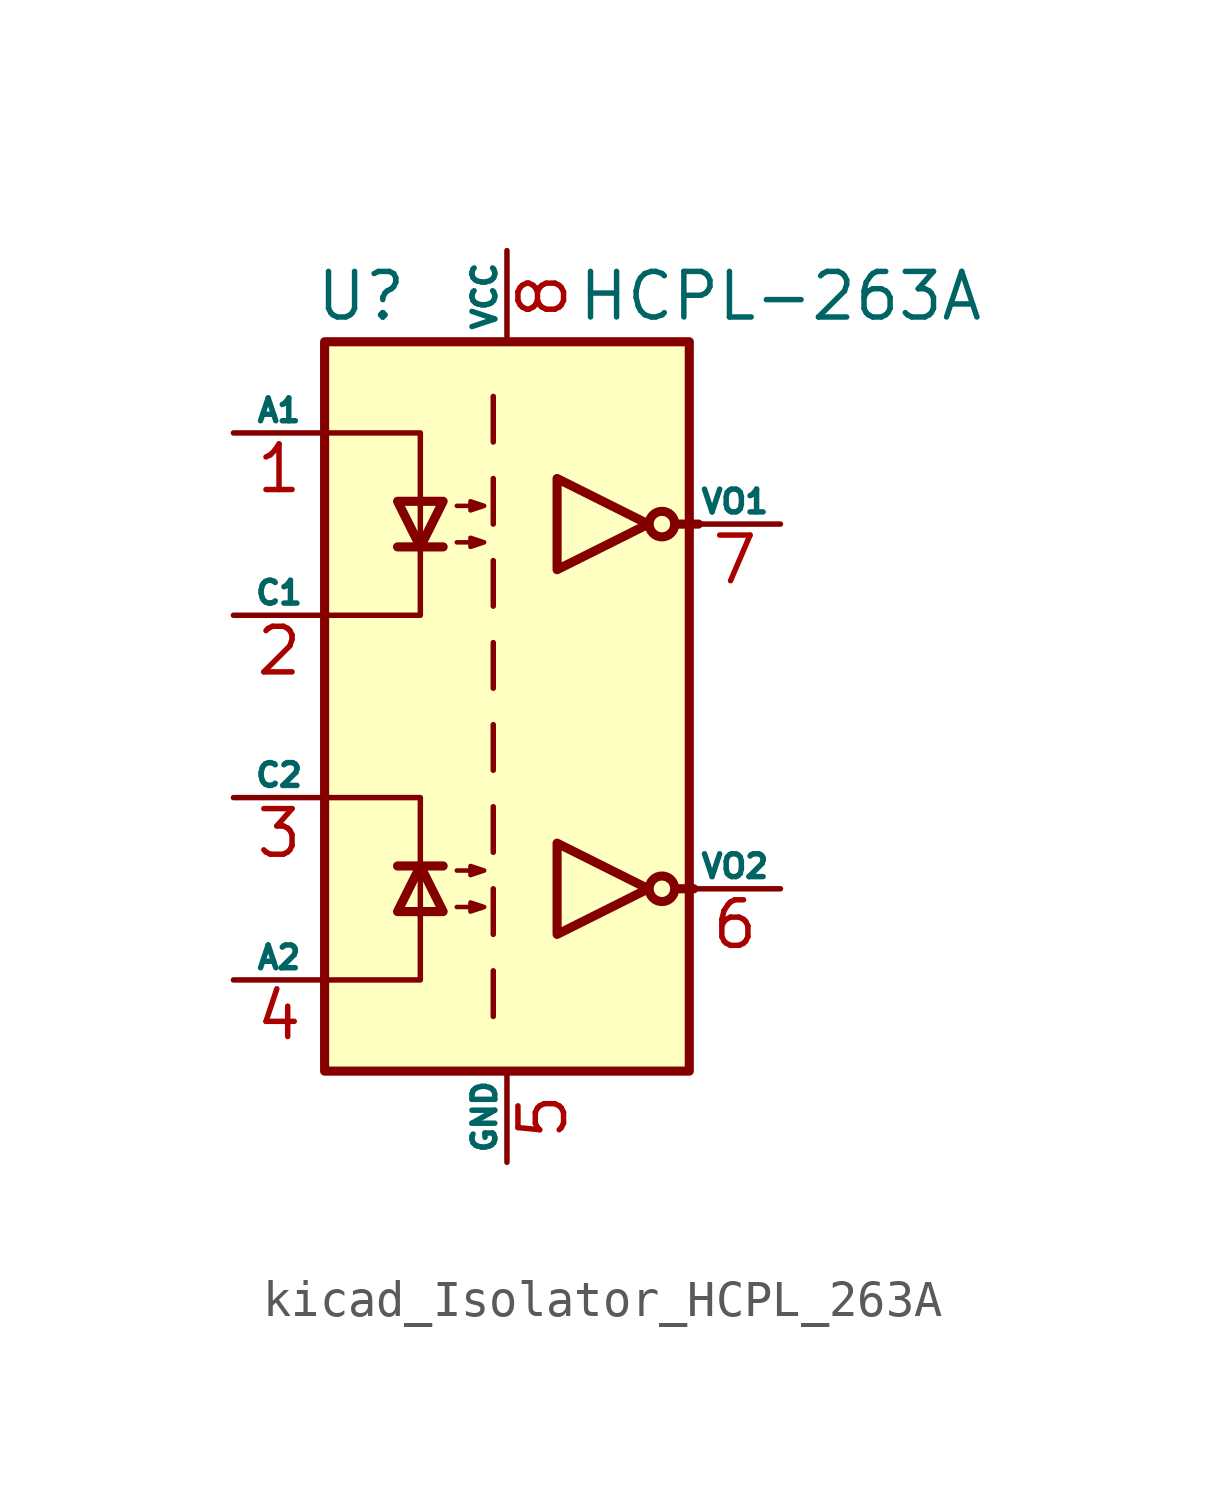
<source format=kicad_sym>
(kicad_symbol_lib
  (version 20220914)
  (generator kicad_symbol_editor)
  (symbol "kicad_Isolator_HCPL_263A"
    (pin_names
      (offset 0))
    (property "Reference" "U"
      (at -4.064 11.43 0)
      (effects (font (size 1.27 1.27))))
    (property "Value" "HCPL-263A"
      (at 7.62 11.43 0)
      (effects (font (size 1.27 1.27))))
    (symbol "kicad_Isolator_HCPL_263A_1_1"
      (rectangle (start -5.08 10.16) (end 5.08 -10.16) (stroke (width 0.254) (type default)) (fill (type background)))
      (polyline (pts (xy -3.048 -4.445) (xy -1.778 -4.445)) (stroke (width 0.254) (type default)) (fill (type none)))
      (polyline (pts (xy -3.048 4.445) (xy -1.778 4.445)) (stroke (width 0.254) (type default)) (fill (type none)))
      (polyline (pts (xy -0.381 -7.366) (xy -0.381 -8.636)) (stroke (width 0) (type default)) (fill (type none)))
      (polyline (pts (xy -0.381 -5.08) (xy -0.381 -6.35)) (stroke (width 0) (type default)) (fill (type none)))
      (polyline (pts (xy -0.381 -2.794) (xy -0.381 -4.064)) (stroke (width 0) (type default)) (fill (type none)))
      (polyline (pts (xy -0.381 -0.508) (xy -0.381 -1.778)) (stroke (width 0) (type default)) (fill (type none)))
      (polyline (pts (xy -0.381 1.778) (xy -0.381 0.508)) (stroke (width 0) (type default)) (fill (type none)))
      (polyline (pts (xy -0.381 4.064) (xy -0.381 2.794)) (stroke (width 0) (type default)) (fill (type none)))
      (polyline (pts (xy -0.381 6.35) (xy -0.381 5.08)) (stroke (width 0) (type default)) (fill (type none)))
      (polyline (pts (xy -0.381 8.636) (xy -0.381 7.366)) (stroke (width 0) (type default)) (fill (type none)))
      (polyline (pts (xy 4.699 -5.08) (xy 5.207 -5.08)) (stroke (width 0.254) (type default)) (fill (type none)))
      (polyline (pts (xy 4.699 5.08) (xy 5.334 5.08)) (stroke (width 0.254) (type default)) (fill (type none)))
      (polyline (pts (xy -4.953 -7.62) (xy -2.413 -7.62) (xy -2.413 -5.715)) (stroke (width 0) (type default)) (fill (type none)))
      (polyline (pts (xy -4.953 7.62) (xy -2.413 7.62) (xy -2.413 4.318)) (stroke (width 0) (type default)) (fill (type none)))
      (polyline (pts (xy -2.413 -5.842) (xy -2.413 -2.54) (xy -4.953 -2.54)) (stroke (width 0) (type default)) (fill (type none)))
      (polyline (pts (xy -2.413 4.445) (xy -2.413 2.54) (xy -4.953 2.54)) (stroke (width 0) (type default)) (fill (type none)))
      (polyline (pts (xy -2.413 -4.445) (xy -3.048 -5.715) (xy -1.778 -5.715) (xy -2.413 -4.445)) (stroke (width 0.254) (type default)) (fill (type none)))
      (polyline (pts (xy -2.413 4.445) (xy -3.048 5.715) (xy -1.778 5.715) (xy -2.413 4.445)) (stroke (width 0.254) (type default)) (fill (type none)))
      (polyline (pts (xy 3.937 -5.08) (xy 1.397 -3.81) (xy 1.397 -6.35) (xy 3.937 -5.08)) (stroke (width 0.254) (type default)) (fill (type none)))
      (polyline (pts (xy 3.937 5.08) (xy 1.397 6.35) (xy 1.397 3.81) (xy 3.937 5.08)) (stroke (width 0.254) (type default)) (fill (type none)))
      (polyline (pts (xy -1.397 -5.588) (xy -0.635 -5.588) (xy -1.016 -5.715) (xy -1.016 -5.461) (xy -0.635 -5.588)) (stroke (width 0.127) (type default)) (fill (type none)))
      (polyline (pts (xy -1.397 -4.572) (xy -0.635 -4.572) (xy -1.016 -4.699) (xy -1.016 -4.445) (xy -0.635 -4.572)) (stroke (width 0.127) (type default)) (fill (type none)))
      (polyline (pts (xy -1.397 4.572) (xy -0.635 4.572) (xy -1.016 4.445) (xy -1.016 4.699) (xy -0.635 4.572)) (stroke (width 0.127) (type default)) (fill (type none)))
      (polyline (pts (xy -1.397 5.588) (xy -0.635 5.588) (xy -1.016 5.461) (xy -1.016 5.715) (xy -0.635 5.588)) (stroke (width 0.127) (type default)) (fill (type none)))
      (circle (center 4.318 -5.08) (radius 0.356) (stroke (width 0.254) (type default)) (fill (type none)))
      (circle (center 4.318 5.08) (radius 0.356) (stroke (width 0.254) (type default)) (fill (type none)))
      (pin passive line (at -7.62 7.62 0) (length 2.54) (name "A1" (effects (font (size 0.635 0.635)))) (number "1" (effects (font (size 1.27 1.27)))))
      (pin passive line (at -7.62 2.54 0) (length 2.54) (name "C1" (effects (font (size 0.635 0.635)))) (number "2" (effects (font (size 1.27 1.27)))))
      (pin passive line (at -7.62 -2.54 0) (length 2.54) (name "C2" (effects (font (size 0.635 0.635)))) (number "3" (effects (font (size 1.27 1.27)))))
      (pin passive line (at -7.62 -7.62 0) (length 2.54) (name "A2" (effects (font (size 0.635 0.635)))) (number "4" (effects (font (size 1.27 1.27)))))
      (pin power_in line (at 0 -12.7 90) (length 2.54) (name "GND" (effects (font (size 0.635 0.635)))) (number "5" (effects (font (size 1.27 1.27)))))
      (pin open_collector line (at 7.62 -5.08 180) (length 2.54) (name "VO2" (effects (font (size 0.635 0.635)))) (number "6" (effects (font (size 1.27 1.27)))))
      (pin open_collector line (at 7.62 5.08 180) (length 2.54) (name "VO1" (effects (font (size 0.635 0.635)))) (number "7" (effects (font (size 1.27 1.27)))))
      (pin power_in line (at 0 12.7 270) (length 2.54) (name "VCC" (effects (font (size 0.635 0.635)))) (number "8" (effects (font (size 1.27 1.27))))))))
</source>
